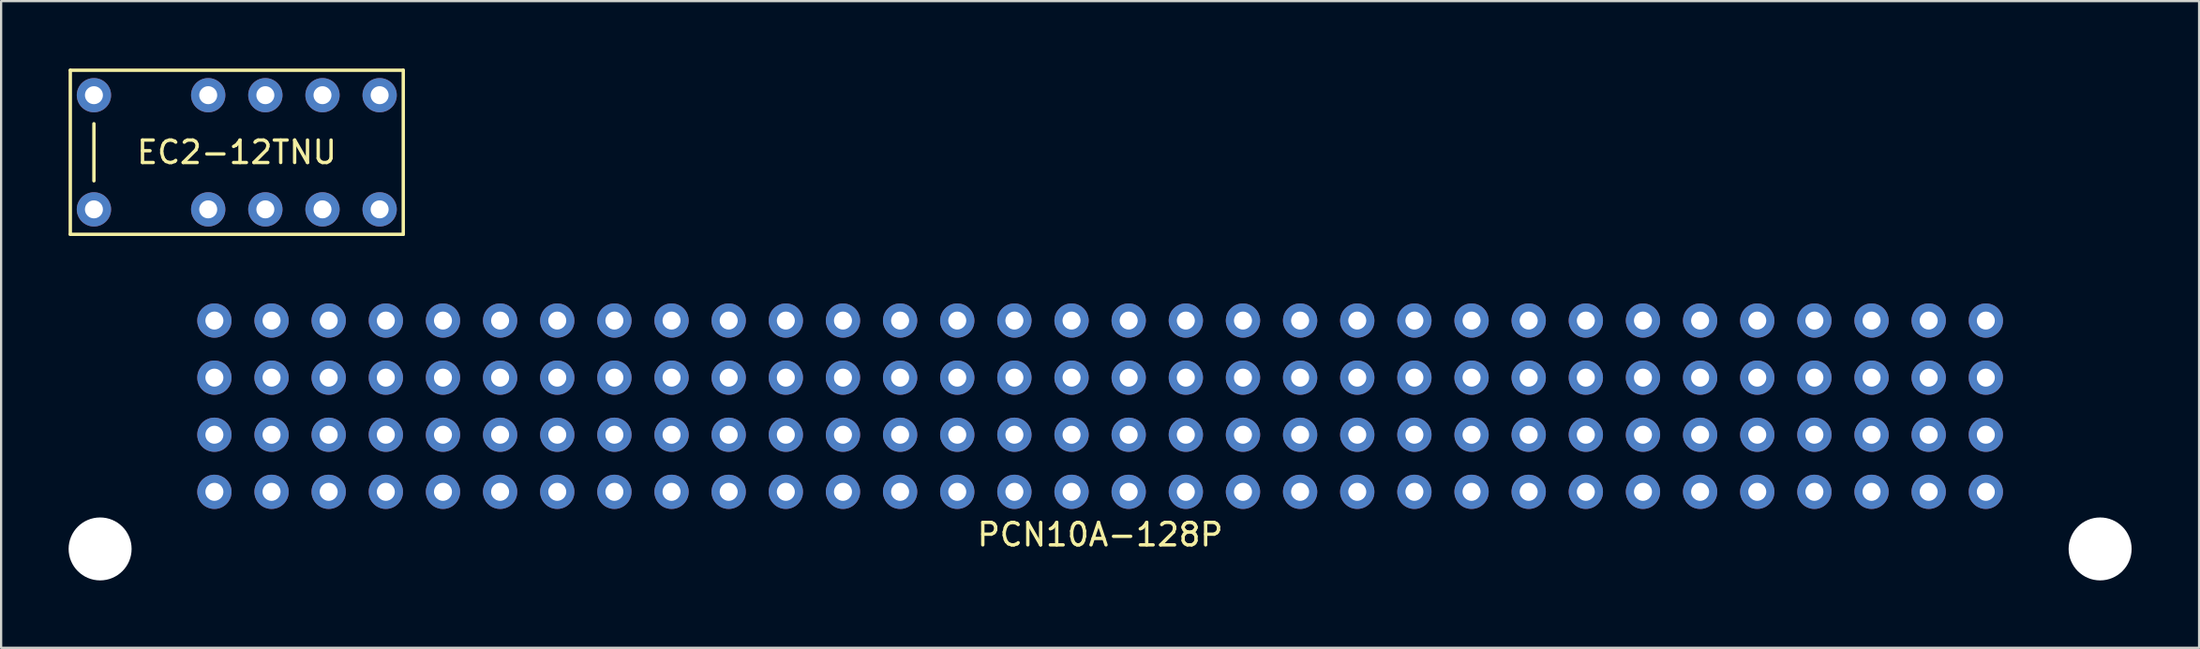
<source format=kicad_pcb>
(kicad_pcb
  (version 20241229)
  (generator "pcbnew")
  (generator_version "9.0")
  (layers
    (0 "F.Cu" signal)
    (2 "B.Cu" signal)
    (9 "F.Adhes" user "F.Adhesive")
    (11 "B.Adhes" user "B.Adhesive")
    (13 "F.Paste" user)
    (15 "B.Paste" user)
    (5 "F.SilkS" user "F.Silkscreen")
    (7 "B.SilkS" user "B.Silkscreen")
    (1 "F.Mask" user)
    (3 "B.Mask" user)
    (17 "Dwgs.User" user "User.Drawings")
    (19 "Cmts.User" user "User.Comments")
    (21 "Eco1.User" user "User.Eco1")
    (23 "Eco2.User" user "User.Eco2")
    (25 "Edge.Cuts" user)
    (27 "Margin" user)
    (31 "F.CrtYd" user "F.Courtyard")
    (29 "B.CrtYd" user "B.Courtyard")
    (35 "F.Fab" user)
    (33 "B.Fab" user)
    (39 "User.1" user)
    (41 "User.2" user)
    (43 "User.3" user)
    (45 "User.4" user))
  (footprint "PCN10A-128P"
    (layer "F.Cu")
    (at 45.85 16.292)
    (property "Reference" "PCN10A-128P" (at 0 4.445 0) (layer "F.SilkS") (effects (font (size 1 1) (thickness 0.15))))
    (attr through_hole)
    (pad "" np_thru_hole circle (at -44.45 5.08) (size 2.8 2.8) (drill 2.8) (layers "*.Cu" "*.Mask"))
    (pad "" np_thru_hole circle (at 44.45 5.08) (size 2.8 2.8) (drill 2.8) (layers "*.Cu" "*.Mask"))
    (pad "1" thru_hole circle (at -39.37 -5.08) (size 1.524 1.524) (drill 0.8) (layers "*.Cu" "*.Mask"))
    (pad "2" thru_hole circle (at -39.37 -2.54) (size 1.524 1.524) (drill 0.8) (layers "*.Cu" "*.Mask"))
    (pad "3" thru_hole circle (at -39.37 0) (size 1.524 1.524) (drill 0.8) (layers "*.Cu" "*.Mask"))
    (pad "4" thru_hole circle (at -39.37 2.54) (size 1.524 1.524) (drill 0.8) (layers "*.Cu" "*.Mask"))
    (pad "5" thru_hole circle (at -36.83 -5.08) (size 1.524 1.524) (drill 0.8) (layers "*.Cu" "*.Mask"))
    (pad "6" thru_hole circle (at -36.83 -2.54) (size 1.524 1.524) (drill 0.8) (layers "*.Cu" "*.Mask"))
    (pad "7" thru_hole circle (at -36.83 0) (size 1.524 1.524) (drill 0.8) (layers "*.Cu" "*.Mask"))
    (pad "8" thru_hole circle (at -36.83 2.54) (size 1.524 1.524) (drill 0.8) (layers "*.Cu" "*.Mask"))
    (pad "9" thru_hole circle (at -34.29 -5.08) (size 1.524 1.524) (drill 0.8) (layers "*.Cu" "*.Mask"))
    (pad "10" thru_hole circle (at -34.29 -2.54) (size 1.524 1.524) (drill 0.8) (layers "*.Cu" "*.Mask"))
    (pad "11" thru_hole circle (at -34.29 0) (size 1.524 1.524) (drill 0.8) (layers "*.Cu" "*.Mask"))
    (pad "12" thru_hole circle (at -34.29 2.54) (size 1.524 1.524) (drill 0.8) (layers "*.Cu" "*.Mask"))
    (pad "13" thru_hole circle (at -31.75 -5.08) (size 1.524 1.524) (drill 0.8) (layers "*.Cu" "*.Mask"))
    (pad "14" thru_hole circle (at -31.75 -2.54) (size 1.524 1.524) (drill 0.8) (layers "*.Cu" "*.Mask"))
    (pad "15" thru_hole circle (at -31.75 0) (size 1.524 1.524) (drill 0.8) (layers "*.Cu" "*.Mask"))
    (pad "16" thru_hole circle (at -31.75 2.54) (size 1.524 1.524) (drill 0.8) (layers "*.Cu" "*.Mask"))
    (pad "17" thru_hole circle (at -29.21 -5.08) (size 1.524 1.524) (drill 0.8) (layers "*.Cu" "*.Mask"))
    (pad "18" thru_hole circle (at -29.21 -2.54) (size 1.524 1.524) (drill 0.8) (layers "*.Cu" "*.Mask"))
    (pad "19" thru_hole circle (at -29.21 0) (size 1.524 1.524) (drill 0.8) (layers "*.Cu" "*.Mask"))
    (pad "20" thru_hole circle (at -29.21 2.54) (size 1.524 1.524) (drill 0.8) (layers "*.Cu" "*.Mask"))
    (pad "21" thru_hole circle (at -26.67 -5.08) (size 1.524 1.524) (drill 0.8) (layers "*.Cu" "*.Mask"))
    (pad "22" thru_hole circle (at -26.67 -2.54) (size 1.524 1.524) (drill 0.8) (layers "*.Cu" "*.Mask"))
    (pad "23" thru_hole circle (at -26.67 0) (size 1.524 1.524) (drill 0.8) (layers "*.Cu" "*.Mask"))
    (pad "24" thru_hole circle (at -26.67 2.54) (size 1.524 1.524) (drill 0.8) (layers "*.Cu" "*.Mask"))
    (pad "24" thru_hole circle (at 29.21 0) (size 1.524 1.524) (drill 0.8) (layers "*.Cu" "*.Mask"))
    (pad "25" thru_hole circle (at -24.13 -5.08) (size 1.524 1.524) (drill 0.8) (layers "*.Cu" "*.Mask"))
    (pad "26" thru_hole circle (at -24.13 -2.54) (size 1.524 1.524) (drill 0.8) (layers "*.Cu" "*.Mask"))
    (pad "27" thru_hole circle (at -24.13 0) (size 1.524 1.524) (drill 0.8) (layers "*.Cu" "*.Mask"))
    (pad "28" thru_hole circle (at -24.13 2.54) (size 1.524 1.524) (drill 0.8) (layers "*.Cu" "*.Mask"))
    (pad "29" thru_hole circle (at -21.59 -5.08) (size 1.524 1.524) (drill 0.8) (layers "*.Cu" "*.Mask"))
    (pad "30" thru_hole circle (at -21.59 -2.54) (size 1.524 1.524) (drill 0.8) (layers "*.Cu" "*.Mask"))
    (pad "31" thru_hole circle (at -21.59 0) (size 1.524 1.524) (drill 0.8) (layers "*.Cu" "*.Mask"))
    (pad "32" thru_hole circle (at -21.59 2.54) (size 1.524 1.524) (drill 0.8) (layers "*.Cu" "*.Mask"))
    (pad "33" thru_hole circle (at -19.05 -5.08) (size 1.524 1.524) (drill 0.8) (layers "*.Cu" "*.Mask"))
    (pad "34" thru_hole circle (at -19.05 -2.54) (size 1.524 1.524) (drill 0.8) (layers "*.Cu" "*.Mask"))
    (pad "35" thru_hole circle (at -19.05 0) (size 1.524 1.524) (drill 0.8) (layers "*.Cu" "*.Mask"))
    (pad "36" thru_hole circle (at -19.05 2.54) (size 1.524 1.524) (drill 0.8) (layers "*.Cu" "*.Mask"))
    (pad "37" thru_hole circle (at -16.51 -5.08) (size 1.524 1.524) (drill 0.8) (layers "*.Cu" "*.Mask"))
    (pad "38" thru_hole circle (at -16.51 -2.54) (size 1.524 1.524) (drill 0.8) (layers "*.Cu" "*.Mask"))
    (pad "39" thru_hole circle (at -16.51 0) (size 1.524 1.524) (drill 0.8) (layers "*.Cu" "*.Mask"))
    (pad "40" thru_hole circle (at -16.51 2.54) (size 1.524 1.524) (drill 0.8) (layers "*.Cu" "*.Mask"))
    (pad "41" thru_hole circle (at -13.97 -5.08) (size 1.524 1.524) (drill 0.8) (layers "*.Cu" "*.Mask"))
    (pad "42" thru_hole circle (at -13.97 -2.54) (size 1.524 1.524) (drill 0.8) (layers "*.Cu" "*.Mask"))
    (pad "43" thru_hole circle (at -13.97 0) (size 1.524 1.524) (drill 0.8) (layers "*.Cu" "*.Mask"))
    (pad "44" thru_hole circle (at -13.97 2.54) (size 1.524 1.524) (drill 0.8) (layers "*.Cu" "*.Mask"))
    (pad "45" thru_hole circle (at -11.43 -5.08) (size 1.524 1.524) (drill 0.8) (layers "*.Cu" "*.Mask"))
    (pad "46" thru_hole circle (at -11.43 -2.54) (size 1.524 1.524) (drill 0.8) (layers "*.Cu" "*.Mask"))
    (pad "47" thru_hole circle (at -11.43 0) (size 1.524 1.524) (drill 0.8) (layers "*.Cu" "*.Mask"))
    (pad "48" thru_hole circle (at -11.43 2.54) (size 1.524 1.524) (drill 0.8) (layers "*.Cu" "*.Mask"))
    (pad "49" thru_hole circle (at -8.89 -5.08) (size 1.524 1.524) (drill 0.8) (layers "*.Cu" "*.Mask"))
    (pad "50" thru_hole circle (at -8.89 -2.54) (size 1.524 1.524) (drill 0.8) (layers "*.Cu" "*.Mask"))
    (pad "51" thru_hole circle (at -8.89 0) (size 1.524 1.524) (drill 0.8) (layers "*.Cu" "*.Mask"))
    (pad "52" thru_hole circle (at -8.89 2.54) (size 1.524 1.524) (drill 0.8) (layers "*.Cu" "*.Mask"))
    (pad "53" thru_hole circle (at -6.35 -5.08) (size 1.524 1.524) (drill 0.8) (layers "*.Cu" "*.Mask"))
    (pad "54" thru_hole circle (at -6.35 -2.54) (size 1.524 1.524) (drill 0.8) (layers "*.Cu" "*.Mask"))
    (pad "55" thru_hole circle (at -6.35 0) (size 1.524 1.524) (drill 0.8) (layers "*.Cu" "*.Mask"))
    (pad "56" thru_hole circle (at -6.35 2.54) (size 1.524 1.524) (drill 0.8) (layers "*.Cu" "*.Mask"))
    (pad "57" thru_hole circle (at -3.81 -5.08) (size 1.524 1.524) (drill 0.8) (layers "*.Cu" "*.Mask"))
    (pad "58" thru_hole circle (at -3.81 -2.54) (size 1.524 1.524) (drill 0.8) (layers "*.Cu" "*.Mask"))
    (pad "59" thru_hole circle (at -3.81 0) (size 1.524 1.524) (drill 0.8) (layers "*.Cu" "*.Mask"))
    (pad "60" thru_hole circle (at -3.81 2.54) (size 1.524 1.524) (drill 0.8) (layers "*.Cu" "*.Mask"))
    (pad "61" thru_hole circle (at -1.27 -5.08) (size 1.524 1.524) (drill 0.8) (layers "*.Cu" "*.Mask"))
    (pad "62" thru_hole circle (at -1.27 -2.54) (size 1.524 1.524) (drill 0.8) (layers "*.Cu" "*.Mask"))
    (pad "63" thru_hole circle (at -1.27 0) (size 1.524 1.524) (drill 0.8) (layers "*.Cu" "*.Mask"))
    (pad "64" thru_hole circle (at -1.27 2.54) (size 1.524 1.524) (drill 0.8) (layers "*.Cu" "*.Mask"))
    (pad "65" thru_hole circle (at 3.81 -5.08) (size 1.524 1.524) (drill 0.8) (layers "*.Cu" "*.Mask"))
    (pad "66" thru_hole circle (at 3.81 -2.54) (size 1.524 1.524) (drill 0.8) (layers "*.Cu" "*.Mask"))
    (pad "67" thru_hole circle (at 3.81 0) (size 1.524 1.524) (drill 0.8) (layers "*.Cu" "*.Mask"))
    (pad "68" thru_hole circle (at 3.81 2.54) (size 1.524 1.524) (drill 0.8) (layers "*.Cu" "*.Mask"))
    (pad "69" thru_hole circle (at 6.35 -5.08) (size 1.524 1.524) (drill 0.8) (layers "*.Cu" "*.Mask"))
    (pad "70" thru_hole circle (at 6.35 -2.54) (size 1.524 1.524) (drill 0.8) (layers "*.Cu" "*.Mask"))
    (pad "71" thru_hole circle (at 6.35 0) (size 1.524 1.524) (drill 0.8) (layers "*.Cu" "*.Mask"))
    (pad "72" thru_hole circle (at 6.35 2.54) (size 1.524 1.524) (drill 0.8) (layers "*.Cu" "*.Mask"))
    (pad "73" thru_hole circle (at 8.89 -5.08) (size 1.524 1.524) (drill 0.8) (layers "*.Cu" "*.Mask"))
    (pad "74" thru_hole circle (at 8.89 -2.54) (size 1.524 1.524) (drill 0.8) (layers "*.Cu" "*.Mask"))
    (pad "75" thru_hole circle (at 8.89 0) (size 1.524 1.524) (drill 0.8) (layers "*.Cu" "*.Mask"))
    (pad "76" thru_hole circle (at 8.89 2.54) (size 1.524 1.524) (drill 0.8) (layers "*.Cu" "*.Mask"))
    (pad "77" thru_hole circle (at 11.43 -5.08) (size 1.524 1.524) (drill 0.8) (layers "*.Cu" "*.Mask"))
    (pad "78" thru_hole circle (at 11.43 -2.54) (size 1.524 1.524) (drill 0.8) (layers "*.Cu" "*.Mask"))
    (pad "79" thru_hole circle (at 11.43 0) (size 1.524 1.524) (drill 0.8) (layers "*.Cu" "*.Mask"))
    (pad "80" thru_hole circle (at 11.43 2.54) (size 1.524 1.524) (drill 0.8) (layers "*.Cu" "*.Mask"))
    (pad "81" thru_hole circle (at 13.97 -5.08) (size 1.524 1.524) (drill 0.8) (layers "*.Cu" "*.Mask"))
    (pad "82" thru_hole circle (at 13.97 -2.54) (size 1.524 1.524) (drill 0.8) (layers "*.Cu" "*.Mask"))
    (pad "83" thru_hole circle (at 13.97 0) (size 1.524 1.524) (drill 0.8) (layers "*.Cu" "*.Mask"))
    (pad "84" thru_hole circle (at 13.97 2.54) (size 1.524 1.524) (drill 0.8) (layers "*.Cu" "*.Mask"))
    (pad "85" thru_hole circle (at 16.51 -5.08) (size 1.524 1.524) (drill 0.8) (layers "*.Cu" "*.Mask"))
    (pad "86" thru_hole circle (at 16.51 -2.54) (size 1.524 1.524) (drill 0.8) (layers "*.Cu" "*.Mask"))
    (pad "87" thru_hole circle (at 16.51 0) (size 1.524 1.524) (drill 0.8) (layers "*.Cu" "*.Mask"))
    (pad "88" thru_hole circle (at 16.51 2.54) (size 1.524 1.524) (drill 0.8) (layers "*.Cu" "*.Mask"))
    (pad "89" thru_hole circle (at 19.05 -5.08) (size 1.524 1.524) (drill 0.8) (layers "*.Cu" "*.Mask"))
    (pad "90" thru_hole circle (at 19.05 -2.54) (size 1.524 1.524) (drill 0.8) (layers "*.Cu" "*.Mask"))
    (pad "91" thru_hole circle (at 19.05 0) (size 1.524 1.524) (drill 0.8) (layers "*.Cu" "*.Mask"))
    (pad "92" thru_hole circle (at 19.05 2.54) (size 1.524 1.524) (drill 0.8) (layers "*.Cu" "*.Mask"))
    (pad "93" thru_hole circle (at 21.59 -5.08) (size 1.524 1.524) (drill 0.8) (layers "*.Cu" "*.Mask"))
    (pad "94" thru_hole circle (at 21.59 -2.54) (size 1.524 1.524) (drill 0.8) (layers "*.Cu" "*.Mask"))
    (pad "95" thru_hole circle (at 21.59 0) (size 1.524 1.524) (drill 0.8) (layers "*.Cu" "*.Mask"))
    (pad "96" thru_hole circle (at 21.59 2.54) (size 1.524 1.524) (drill 0.8) (layers "*.Cu" "*.Mask"))
    (pad "97" thru_hole circle (at 24.13 -5.08) (size 1.524 1.524) (drill 0.8) (layers "*.Cu" "*.Mask"))
    (pad "98" thru_hole circle (at 24.13 -2.54) (size 1.524 1.524) (drill 0.8) (layers "*.Cu" "*.Mask"))
    (pad "99" thru_hole circle (at 24.13 0) (size 1.524 1.524) (drill 0.8) (layers "*.Cu" "*.Mask"))
    (pad "100" thru_hole circle (at 24.13 2.54) (size 1.524 1.524) (drill 0.8) (layers "*.Cu" "*.Mask"))
    (pad "101" thru_hole circle (at 26.67 -5.08) (size 1.524 1.524) (drill 0.8) (layers "*.Cu" "*.Mask"))
    (pad "102" thru_hole circle (at 26.67 -2.54) (size 1.524 1.524) (drill 0.8) (layers "*.Cu" "*.Mask"))
    (pad "103" thru_hole circle (at 26.67 0) (size 1.524 1.524) (drill 0.8) (layers "*.Cu" "*.Mask"))
    (pad "104" thru_hole circle (at 26.67 2.54) (size 1.524 1.524) (drill 0.8) (layers "*.Cu" "*.Mask"))
    (pad "105" thru_hole circle (at 29.21 -5.08) (size 1.524 1.524) (drill 0.8) (layers "*.Cu" "*.Mask"))
    (pad "106" thru_hole circle (at 29.21 -2.54) (size 1.524 1.524) (drill 0.8) (layers "*.Cu" "*.Mask"))
    (pad "108" thru_hole circle (at 29.21 2.54) (size 1.524 1.524) (drill 0.8) (layers "*.Cu" "*.Mask"))
    (pad "109" thru_hole circle (at 31.75 -5.08) (size 1.524 1.524) (drill 0.8) (layers "*.Cu" "*.Mask"))
    (pad "110" thru_hole circle (at 31.75 -2.54) (size 1.524 1.524) (drill 0.8) (layers "*.Cu" "*.Mask"))
    (pad "111" thru_hole circle (at 31.75 0) (size 1.524 1.524) (drill 0.8) (layers "*.Cu" "*.Mask"))
    (pad "112" thru_hole circle (at 31.75 2.54) (size 1.524 1.524) (drill 0.8) (layers "*.Cu" "*.Mask"))
    (pad "113" thru_hole circle (at 34.29 -5.08) (size 1.524 1.524) (drill 0.8) (layers "*.Cu" "*.Mask"))
    (pad "114" thru_hole circle (at 34.29 -2.54) (size 1.524 1.524) (drill 0.8) (layers "*.Cu" "*.Mask"))
    (pad "115" thru_hole circle (at 34.29 0) (size 1.524 1.524) (drill 0.8) (layers "*.Cu" "*.Mask"))
    (pad "116" thru_hole circle (at 34.29 2.54) (size 1.524 1.524) (drill 0.8) (layers "*.Cu" "*.Mask"))
    (pad "117" thru_hole circle (at 36.83 -5.08) (size 1.524 1.524) (drill 0.8) (layers "*.Cu" "*.Mask"))
    (pad "118" thru_hole circle (at 36.83 -2.54) (size 1.524 1.524) (drill 0.8) (layers "*.Cu" "*.Mask"))
    (pad "119" thru_hole circle (at 36.83 0) (size 1.524 1.524) (drill 0.8) (layers "*.Cu" "*.Mask"))
    (pad "120" thru_hole circle (at 36.83 2.54) (size 1.524 1.524) (drill 0.8) (layers "*.Cu" "*.Mask"))
    (pad "121" thru_hole circle (at 39.37 -5.08) (size 1.524 1.524) (drill 0.8) (layers "*.Cu" "*.Mask"))
    (pad "122" thru_hole circle (at 39.37 -2.54) (size 1.524 1.524) (drill 0.8) (layers "*.Cu" "*.Mask"))
    (pad "123" thru_hole circle (at 39.37 0) (size 1.524 1.524) (drill 0.8) (layers "*.Cu" "*.Mask"))
    (pad "124" thru_hole circle (at 39.37 2.54) (size 1.524 1.524) (drill 0.8) (layers "*.Cu" "*.Mask"))
    (pad "NC1" thru_hole circle (at 1.27 -5.08) (size 1.524 1.524) (drill 0.8) (layers "*.Cu" "*.Mask"))
    (pad "NC2" thru_hole circle (at 1.27 -2.54) (size 1.524 1.524) (drill 0.8) (layers "*.Cu" "*.Mask"))
    (pad "NC3" thru_hole circle (at 1.27 0) (size 1.524 1.524) (drill 0.8) (layers "*.Cu" "*.Mask"))
    (pad "NC4" thru_hole circle (at 1.27 2.54) (size 1.524 1.524) (drill 0.8) (layers "*.Cu" "*.Mask")))
  (footprint "EC2-12TNU"
    (layer "F.Cu")
    (at 7.475 3.725)
    (property "Reference" "EC2-12TNU" (at 0 0 0) (layer "F.SilkS") (effects (font (size 1 1) (thickness 0.15))))
    (attr through_hole)
    (fp_line (start -7.4 -3.65) (end -7.4 3.65) (stroke (width 0.15) (type solid)) (layer "F.SilkS"))
    (fp_line (start -7.4 3.65) (end 7.4 3.65) (stroke (width 0.15) (type solid)) (layer "F.SilkS"))
    (fp_line (start -6.35 -1.27) (end -6.35 1.27) (stroke (width 0.15) (type solid)) (layer "F.SilkS"))
    (fp_line (start 7.4 -3.65) (end -7.4 -3.65) (stroke (width 0.15) (type solid)) (layer "F.SilkS"))
    (fp_line (start 7.4 3.65) (end 7.4 -3.65) (stroke (width 0.15) (type solid)) (layer "F.SilkS"))
    (pad "1" thru_hole circle (at -6.35 2.54) (size 1.524 1.524) (drill 0.8) (layers "*.Cu" "*.Mask"))
    (pad "3" thru_hole circle (at -1.27 2.54) (size 1.524 1.524) (drill 0.8) (layers "*.Cu" "*.Mask"))
    (pad "4" thru_hole circle (at 1.27 2.54) (size 1.524 1.524) (drill 0.8) (layers "*.Cu" "*.Mask"))
    (pad "5" thru_hole circle (at 3.81 2.54) (size 1.524 1.524) (drill 0.8) (layers "*.Cu" "*.Mask"))
    (pad "6" thru_hole circle (at 6.35 2.54) (size 1.524 1.524) (drill 0.8) (layers "*.Cu" "*.Mask"))
    (pad "7" thru_hole circle (at 6.35 -2.54) (size 1.524 1.524) (drill 0.8) (layers "*.Cu" "*.Mask"))
    (pad "8" thru_hole circle (at 3.81 -2.54) (size 1.524 1.524) (drill 0.8) (layers "*.Cu" "*.Mask"))
    (pad "9" thru_hole circle (at 1.27 -2.54) (size 1.524 1.524) (drill 0.8) (layers "*.Cu" "*.Mask"))
    (pad "10" thru_hole circle (at -1.27 -2.54) (size 1.524 1.524) (drill 0.8) (layers "*.Cu" "*.Mask"))
    (pad "12" thru_hole circle (at -6.35 -2.54) (size 1.524 1.524) (drill 0.8) (layers "*.Cu" "*.Mask")))
  (gr_rect
    (start -3 -3)
    (end 94.7 25.772)
    (stroke (width 0.1) (type default))
    (fill no)
    (layer "Edge.Cuts")))
</source>
